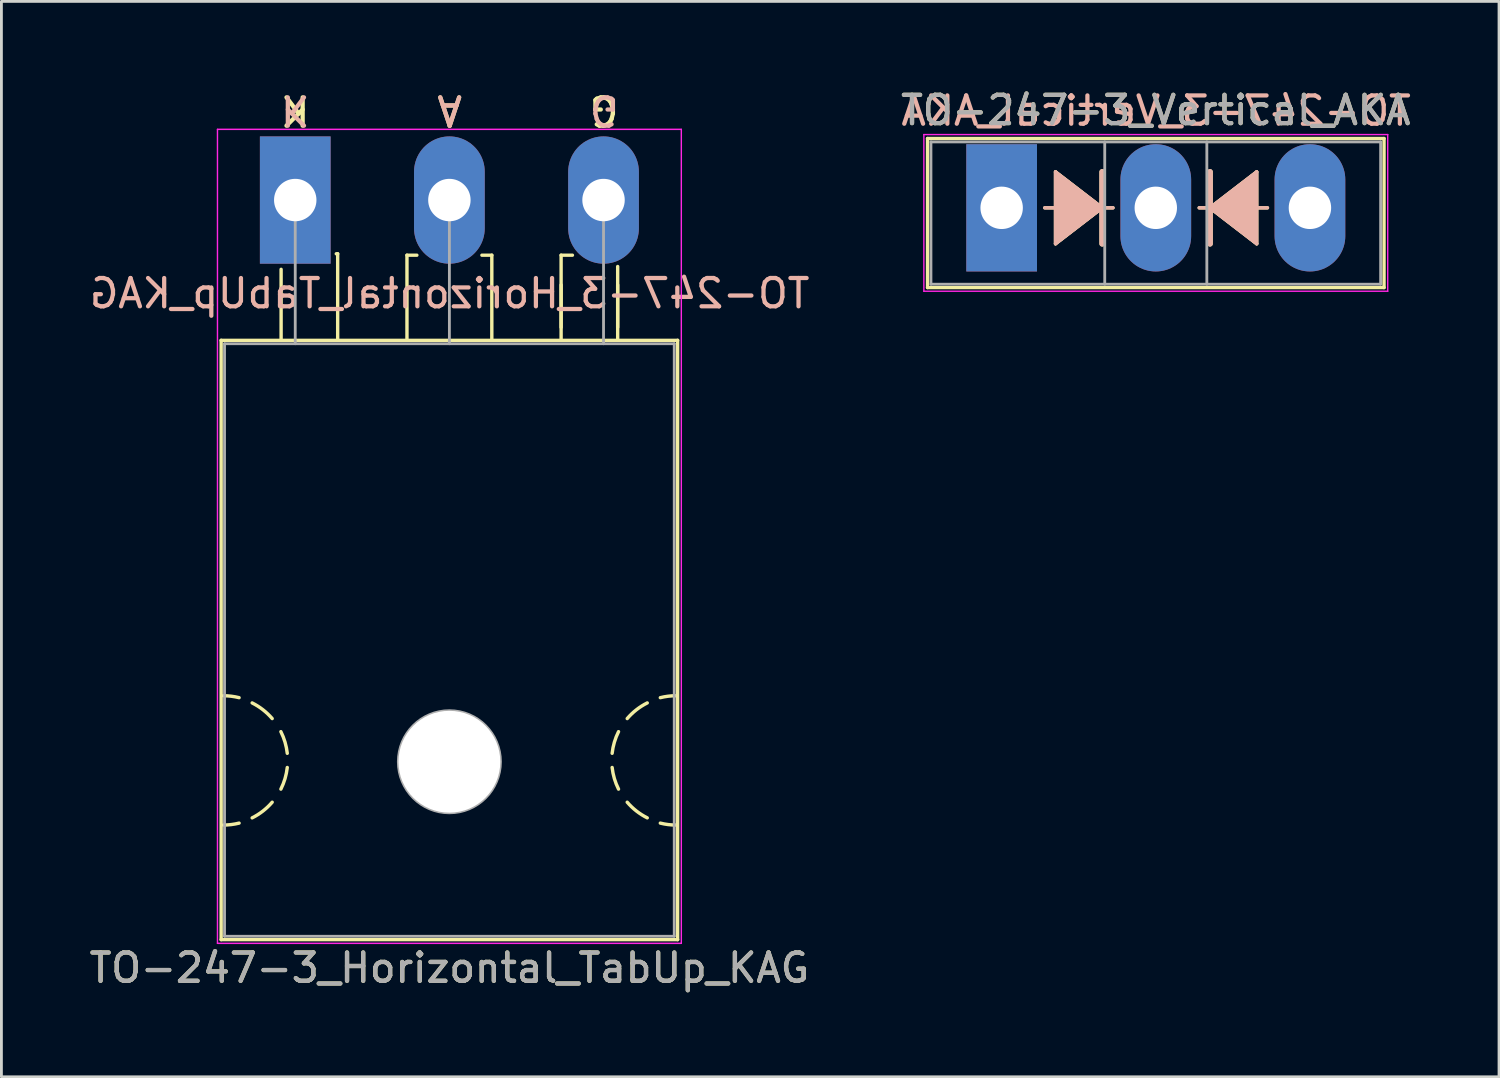
<source format=kicad_pcb>
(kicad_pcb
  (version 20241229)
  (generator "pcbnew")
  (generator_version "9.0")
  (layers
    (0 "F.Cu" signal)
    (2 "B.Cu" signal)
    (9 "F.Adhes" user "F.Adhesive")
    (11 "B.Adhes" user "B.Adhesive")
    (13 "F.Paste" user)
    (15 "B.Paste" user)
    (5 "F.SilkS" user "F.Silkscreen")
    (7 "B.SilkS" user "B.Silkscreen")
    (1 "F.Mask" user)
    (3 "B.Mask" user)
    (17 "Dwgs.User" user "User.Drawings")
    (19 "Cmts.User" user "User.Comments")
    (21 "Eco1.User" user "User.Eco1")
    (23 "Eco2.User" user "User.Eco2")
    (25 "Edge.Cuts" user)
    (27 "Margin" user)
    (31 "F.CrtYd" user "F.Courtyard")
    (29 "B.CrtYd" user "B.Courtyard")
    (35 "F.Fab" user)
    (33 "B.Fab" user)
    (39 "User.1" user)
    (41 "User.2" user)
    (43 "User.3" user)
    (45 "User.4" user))
  (footprint "TO-247-3_Vertical_AKA"
    (layer "F.Cu")
    (at 32.365 4.298)
    (property "Reference" "TO-247-3_Vertical_AKA" (at 5.45 -3.45 0) (layer "F.SilkS") (effects (font (size 1 1) (thickness 0.15))))
    (fp_line (start -2.62 -2.451) (end -2.62 2.82) (stroke (width 0.12) (type solid)) (layer "F.SilkS"))
    (fp_line (start -2.62 -2.451) (end 13.52 -2.451) (stroke (width 0.12) (type solid)) (layer "F.SilkS"))
    (fp_line (start -2.62 2.82) (end 13.52 2.82) (stroke (width 0.12) (type solid)) (layer "F.SilkS"))
    (fp_line (start 1.524 0) (end 1.905 0) (stroke (width 0.12) (type solid)) (layer "F.SilkS"))
    (fp_line (start 1.905 -1.27) (end 1.905 1.27) (stroke (width 0.12) (type solid)) (layer "F.SilkS"))
    (fp_line (start 1.905 1.27) (end 3.556 0) (stroke (width 0.12) (type solid)) (layer "F.SilkS"))
    (fp_line (start 3.556 0) (end 1.905 -1.27) (stroke (width 0.12) (type solid)) (layer "F.SilkS"))
    (fp_line (start 3.556 0) (end 3.556 -1.27) (stroke (width 0.2) (type solid)) (layer "F.SilkS"))
    (fp_line (start 3.556 1.27) (end 3.556 0) (stroke (width 0.2) (type solid)) (layer "F.SilkS"))
    (fp_line (start 3.937 0) (end 3.556 0) (stroke (width 0.12) (type solid)) (layer "F.SilkS"))
    (fp_line (start 6.985 0) (end 7.366 0) (stroke (width 0.12) (type solid)) (layer "F.SilkS"))
    (fp_line (start 7.366 -1.27) (end 7.366 0) (stroke (width 0.2) (type solid)) (layer "F.SilkS"))
    (fp_line (start 7.366 0) (end 7.366 1.27) (stroke (width 0.2) (type solid)) (layer "F.SilkS"))
    (fp_line (start 7.366 0) (end 9.017 1.27) (stroke (width 0.12) (type solid)) (layer "F.SilkS"))
    (fp_line (start 9.017 -1.27) (end 7.366 0) (stroke (width 0.12) (type solid)) (layer "F.SilkS"))
    (fp_line (start 9.017 1.27) (end 9.017 -1.27) (stroke (width 0.12) (type solid)) (layer "F.SilkS"))
    (fp_line (start 9.398 0) (end 9.017 0) (stroke (width 0.12) (type solid)) (layer "F.SilkS"))
    (fp_line (start 13.52 -2.451) (end 13.52 2.82) (stroke (width 0.12) (type solid)) (layer "F.SilkS"))
    (fp_poly (pts (xy 3.556 0) (xy 1.905 1.27) (xy 1.905 -1.27)) (stroke (width 0.1) (type solid)) (fill yes) (layer "F.SilkS"))
    (fp_poly (pts (xy 9.017 1.27) (xy 7.366 0) (xy 9.017 -1.27)) (stroke (width 0.1) (type solid)) (fill yes) (layer "F.SilkS"))
    (fp_line (start 1.524 0) (end 1.905 0) (stroke (width 0.12) (type solid)) (layer "B.SilkS"))
    (fp_line (start 1.905 -1.27) (end 3.556 0) (stroke (width 0.12) (type solid)) (layer "B.SilkS"))
    (fp_line (start 1.905 1.27) (end 1.905 -1.27) (stroke (width 0.12) (type solid)) (layer "B.SilkS"))
    (fp_line (start 3.556 -1.27) (end 3.556 0) (stroke (width 0.2) (type solid)) (layer "B.SilkS"))
    (fp_line (start 3.556 0) (end 1.905 1.27) (stroke (width 0.12) (type solid)) (layer "B.SilkS"))
    (fp_line (start 3.556 0) (end 3.556 1.27) (stroke (width 0.2) (type solid)) (layer "B.SilkS"))
    (fp_line (start 3.937 0) (end 3.556 0) (stroke (width 0.12) (type solid)) (layer "B.SilkS"))
    (fp_line (start 6.985 0) (end 7.366 0) (stroke (width 0.12) (type solid)) (layer "B.SilkS"))
    (fp_line (start 7.366 0) (end 7.366 -1.27) (stroke (width 0.2) (type solid)) (layer "B.SilkS"))
    (fp_line (start 7.366 0) (end 9.017 -1.27) (stroke (width 0.12) (type solid)) (layer "B.SilkS"))
    (fp_line (start 7.366 1.27) (end 7.366 0) (stroke (width 0.2) (type solid)) (layer "B.SilkS"))
    (fp_line (start 9.017 -1.27) (end 9.017 1.27) (stroke (width 0.12) (type solid)) (layer "B.SilkS"))
    (fp_line (start 9.017 1.27) (end 7.366 0) (stroke (width 0.12) (type solid)) (layer "B.SilkS"))
    (fp_line (start 9.398 0) (end 9.017 0) (stroke (width 0.12) (type solid)) (layer "B.SilkS"))
    (fp_poly (pts (xy 1.905 1.27) (xy 3.556 0) (xy 1.905 -1.27)) (stroke (width 0.1) (type solid)) (fill yes) (layer "B.SilkS"))
    (fp_poly (pts (xy 7.366 0) (xy 9.017 1.27) (xy 9.017 -1.27)) (stroke (width 0.1) (type solid)) (fill yes) (layer "B.SilkS"))
    (fp_line (start -2.75 -2.59) (end -2.75 2.95) (stroke (width 0.05) (type solid)) (layer "F.CrtYd"))
    (fp_line (start -2.75 2.95) (end 13.65 2.95) (stroke (width 0.05) (type solid)) (layer "F.CrtYd"))
    (fp_line (start 13.65 -2.59) (end -2.75 -2.59) (stroke (width 0.05) (type solid)) (layer "F.CrtYd"))
    (fp_line (start 13.65 2.95) (end 13.65 -2.59) (stroke (width 0.05) (type solid)) (layer "F.CrtYd"))
    (fp_line (start -2.5 -2.33) (end -2.5 2.7) (stroke (width 0.1) (type solid)) (layer "F.Fab"))
    (fp_line (start -2.5 2.7) (end 13.4 2.7) (stroke (width 0.1) (type solid)) (layer "F.Fab"))
    (fp_line (start 3.645 -2.33) (end 3.645 2.7) (stroke (width 0.1) (type solid)) (layer "F.Fab"))
    (fp_line (start 7.255 -2.33) (end 7.255 2.7) (stroke (width 0.1) (type solid)) (layer "F.Fab"))
    (fp_line (start 13.4 -2.33) (end -2.5 -2.33) (stroke (width 0.1) (type solid)) (layer "F.Fab"))
    (fp_line (start 13.4 2.7) (end 13.4 -2.33) (stroke (width 0.1) (type solid)) (layer "F.Fab"))
    (fp_text user "${REFERENCE}" (at 5.461 -3.429 0) (layer "B.SilkS") (effects (font (size 1 1) (thickness 0.15)) (justify mirror)))
    (fp_text user "${REFERENCE}" (at 5.45 -3.45 0) (layer "F.Fab") (effects (font (size 1 1) (thickness 0.15))))
    (pad "1" thru_hole rect (at 0 0) (size 2.5 4.5) (drill 1.5) (layers "*.Cu" "*.Mask"))
    (pad "2" thru_hole oval (at 5.45 0) (size 2.5 4.5) (drill 1.5) (layers "*.Cu" "*.Mask"))
    (pad "3" thru_hole oval (at 10.9 0) (size 2.5 4.5) (drill 1.5) (layers "*.Cu" "*.Mask")))
  (footprint "TO-247-3_Horizontal_TabUp_KAG"
    (layer "F.Cu")
    (at 7.389 4.023)
    (property "Reference" "TO-247-3_Horizontal_TabUp_KAG" (at 5.45 27.15 0) (layer "F.SilkS") (effects (font (size 1 1) (thickness 0.15))))
    (fp_line (start -2.62 4.96) (end -2.62 26.15) (stroke (width 0.12) (type solid)) (layer "F.SilkS"))
    (fp_line (start -2.62 4.96) (end 13.52 4.96) (stroke (width 0.12) (type solid)) (layer "F.SilkS"))
    (fp_line (start -2.62 26.15) (end 13.52 26.15) (stroke (width 0.12) (type solid)) (layer "F.SilkS"))
    (fp_line (start -0.5 4.9) (end -0.5 2.45) (stroke (width 0.12) (type solid)) (layer "F.SilkS"))
    (fp_line (start 1.5 1.9) (end 1.45 1.9) (stroke (width 0.12) (type solid)) (layer "F.SilkS"))
    (fp_line (start 1.5 4.9) (end 1.5 1.9) (stroke (width 0.12) (type solid)) (layer "F.SilkS"))
    (fp_line (start 3.95 1.95) (end 4.3 1.95) (stroke (width 0.12) (type solid)) (layer "F.SilkS"))
    (fp_line (start 3.95 4.95) (end 3.95 1.95) (stroke (width 0.12) (type solid)) (layer "F.SilkS"))
    (fp_line (start 6.95 1.95) (end 6.6 1.95) (stroke (width 0.12) (type solid)) (layer "F.SilkS"))
    (fp_line (start 6.95 4.95) (end 6.95 1.95) (stroke (width 0.12) (type solid)) (layer "F.SilkS"))
    (fp_line (start 9.4 1.95) (end 9.8 1.95) (stroke (width 0.12) (type solid)) (layer "F.SilkS"))
    (fp_line (start 9.4 4.5) (end 9.4 3) (stroke (width 0.12) (type solid)) (layer "F.SilkS"))
    (fp_line (start 9.4 4.95) (end 9.4 1.95) (stroke (width 0.12) (type solid)) (layer "F.SilkS"))
    (fp_line (start 11.4 4.5) (end 11.4 3) (stroke (width 0.12) (type solid)) (layer "F.SilkS"))
    (fp_line (start 11.4 4.95) (end 11.4 2.35) (stroke (width 0.12) (type solid)) (layer "F.SilkS"))
    (fp_line (start 13.52 4.96) (end 13.52 26.15) (stroke (width 0.12) (type solid)) (layer "F.SilkS"))
    (fp_arc (start -2.54 17.526) (mid -2.260689 17.543128) (end -1.985564 17.594254) (stroke (width 0.12) (type solid)) (layer "F.SilkS"))
    (fp_arc (start -1.985564 22.029746) (mid -2.260689 22.080872) (end -2.54 22.098) (stroke (width 0.12) (type solid)) (layer "F.SilkS"))
    (fp_arc (start -1.524001 17.780001) (mid -1.14188 18.02132) (end -0.815088 18.333504) (stroke (width 0.12) (type solid)) (layer "F.SilkS"))
    (fp_arc (start -0.815087 21.290497) (mid -1.141879 21.60268) (end -1.524 21.844) (stroke (width 0.12) (type solid)) (layer "F.SilkS"))
    (fp_arc (start -0.508001 18.796001) (mid -0.361178 19.168563) (end -0.282051 19.561117) (stroke (width 0.12) (type solid)) (layer "F.SilkS"))
    (fp_arc (start -0.282051 20.062883) (mid -0.361178 20.455437) (end -0.508001 20.827999) (stroke (width 0.12) (type solid)) (layer "F.SilkS"))
    (fp_arc (start 11.204051 19.561117) (mid 11.283178 19.168563) (end 11.430001 18.796001) (stroke (width 0.12) (type solid)) (layer "F.SilkS"))
    (fp_arc (start 11.430001 20.827999) (mid 11.283178 20.455437) (end 11.204051 20.062883) (stroke (width 0.12) (type solid)) (layer "F.SilkS"))
    (fp_arc (start 11.737087 18.333503) (mid 12.063879 18.02132) (end 12.446 17.78) (stroke (width 0.12) (type solid)) (layer "F.SilkS"))
    (fp_arc (start 12.446001 21.843999) (mid 12.06388 21.60268) (end 11.737088 21.290496) (stroke (width 0.12) (type solid)) (layer "F.SilkS"))
    (fp_arc (start 12.907564 17.594254) (mid 13.182689 17.543128) (end 13.462 17.526) (stroke (width 0.12) (type solid)) (layer "F.SilkS"))
    (fp_arc (start 13.462 22.098) (mid 13.182689 22.080872) (end 12.907564 22.029746) (stroke (width 0.12) (type solid)) (layer "F.SilkS"))
    (fp_line (start -2.75 -2.5) (end -2.75 26.28) (stroke (width 0.05) (type solid)) (layer "F.CrtYd"))
    (fp_line (start -2.75 26.28) (end 13.65 26.28) (stroke (width 0.05) (type solid)) (layer "F.CrtYd"))
    (fp_line (start 13.65 -2.5) (end -2.75 -2.5) (stroke (width 0.05) (type solid)) (layer "F.CrtYd"))
    (fp_line (start 13.65 26.28) (end 13.65 -2.5) (stroke (width 0.05) (type solid)) (layer "F.CrtYd"))
    (fp_line (start -2.5 5.08) (end -2.5 26.03) (stroke (width 0.1) (type solid)) (layer "F.Fab"))
    (fp_line (start -2.5 26.03) (end 13.4 26.03) (stroke (width 0.1) (type solid)) (layer "F.Fab"))
    (fp_line (start 0 5.08) (end 0 0) (stroke (width 0.1) (type solid)) (layer "F.Fab"))
    (fp_line (start 5.45 5.08) (end 5.45 0) (stroke (width 0.1) (type solid)) (layer "F.Fab"))
    (fp_line (start 10.9 5.08) (end 10.9 0) (stroke (width 0.1) (type solid)) (layer "F.Fab"))
    (fp_line (start 13.4 5.08) (end -2.5 5.08) (stroke (width 0.1) (type solid)) (layer "F.Fab"))
    (fp_line (start 13.4 26.03) (end 13.4 5.08) (stroke (width 0.1) (type solid)) (layer "F.Fab"))
    (fp_circle (center 5.45 19.86) (end 7.255 19.86) (stroke (width 0.1) (type solid)) (fill no) (layer "F.Fab"))
    (fp_text user "A" (at 5.461 -3.175 180) (unlocked yes) (layer "F.SilkS") (effects (font (size 1 1) (thickness 0.15))))
    (fp_text user "K" (at 0 -3.175 180) (unlocked yes) (layer "F.SilkS") (effects (font (size 1 1) (thickness 0.15))))
    (fp_text user "G" (at 10.922 -3.175 180) (unlocked yes) (layer "F.SilkS") (effects (font (size 1 1) (thickness 0.15))))
    (fp_text user "A" (at 5.461 -3.175 180) (unlocked yes) (layer "B.SilkS") (effects (font (size 1 1) (thickness 0.15)) (justify mirror)))
    (fp_text user "G" (at 10.922 -3.175 180) (unlocked yes) (layer "B.SilkS") (effects (font (size 1 1) (thickness 0.15)) (justify mirror)))
    (fp_text user "${REFERENCE}" (at 5.461 3.302 0) (layer "B.SilkS") (effects (font (size 1 1) (thickness 0.15)) (justify mirror)))
    (fp_text user "K" (at 0 -3.175 180) (unlocked yes) (layer "B.SilkS") (effects (font (size 1 1) (thickness 0.15)) (justify mirror)))
    (fp_text user "${REFERENCE}" (at 5.45 27.15 0) (layer "F.Fab") (effects (font (size 1 1) (thickness 0.15))))
    (pad "" np_thru_hole oval (at 5.45 19.86) (size 3.6 3.6) (drill 3.6) (layers "*.Cu" "*.Mask"))
    (pad "1" thru_hole rect (at 0 0) (size 2.5 4.5) (drill 1.5) (layers "*.Cu" "*.Mask"))
    (pad "2" thru_hole oval (at 5.45 0) (size 2.5 4.5) (drill 1.5) (layers "*.Cu" "*.Mask"))
    (pad "3" thru_hole oval (at 10.9 0) (size 2.5 4.5) (drill 1.5) (layers "*.Cu" "*.Mask")))
  (gr_rect
    (start -3 -3)
    (end 49.951 35.022)
    (stroke (width 0.1) (type default))
    (fill no)
    (layer "Edge.Cuts")))
</source>
